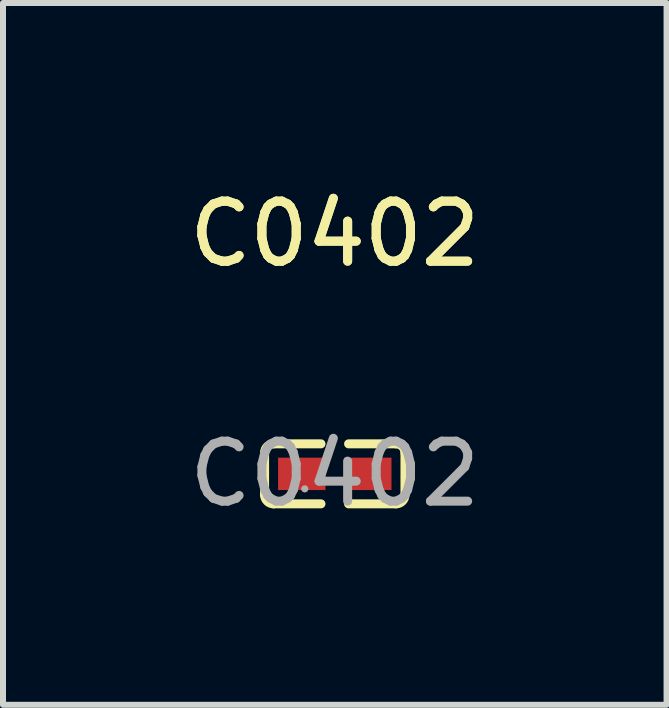
<source format=kicad_pcb>
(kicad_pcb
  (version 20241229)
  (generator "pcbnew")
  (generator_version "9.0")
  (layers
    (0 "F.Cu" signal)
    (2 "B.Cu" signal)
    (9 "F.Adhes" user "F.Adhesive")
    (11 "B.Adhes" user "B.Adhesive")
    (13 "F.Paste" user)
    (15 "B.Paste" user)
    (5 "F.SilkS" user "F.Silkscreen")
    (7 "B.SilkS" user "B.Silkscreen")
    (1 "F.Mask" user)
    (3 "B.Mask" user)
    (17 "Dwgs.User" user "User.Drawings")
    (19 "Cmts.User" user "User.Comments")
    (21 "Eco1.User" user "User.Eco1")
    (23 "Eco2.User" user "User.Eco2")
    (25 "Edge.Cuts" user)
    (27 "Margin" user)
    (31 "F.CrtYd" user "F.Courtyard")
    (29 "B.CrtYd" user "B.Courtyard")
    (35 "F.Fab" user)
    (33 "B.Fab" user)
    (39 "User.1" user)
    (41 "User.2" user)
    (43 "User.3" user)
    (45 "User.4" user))
  (footprint "C0402"
    (layer "F.Cu")
    (at 2.53 4.848)
    (property "Reference" "C0402" (at 0 -4 0) (layer "F.SilkS") (effects (font (size 1 1) (thickness 0.15))))
    (attr smd)
    (fp_line (start -1.17 0.35) (end -1.17 -0.35) (stroke (width 0.15) (type solid)) (layer "F.SilkS"))
    (fp_line (start -1.02 -0.5) (end -0.23 -0.5) (stroke (width 0.15) (type solid)) (layer "F.SilkS"))
    (fp_line (start -0.23 0.5) (end -1.02 0.5) (stroke (width 0.15) (type solid)) (layer "F.SilkS"))
    (fp_line (start 0.23 0.5) (end 1.02 0.5) (stroke (width 0.15) (type solid)) (layer "F.SilkS"))
    (fp_line (start 1.02 -0.5) (end 0.23 -0.5) (stroke (width 0.15) (type solid)) (layer "F.SilkS"))
    (fp_line (start 1.17 0.35) (end 1.17 -0.35) (stroke (width 0.15) (type solid)) (layer "F.SilkS"))
    (fp_arc (start -1.17 -0.35) (mid -1.126066 -0.456066) (end -1.02 -0.5) (stroke (width 0.15) (type solid)) (layer "F.SilkS"))
    (fp_arc (start -1.02 0.5) (mid -1.126066 0.456066) (end -1.17 0.35) (stroke (width 0.15) (type solid)) (layer "F.SilkS"))
    (fp_arc (start 1.02 -0.5) (mid 1.126066 -0.456066) (end 1.17 -0.35) (stroke (width 0.15) (type solid)) (layer "F.SilkS"))
    (fp_arc (start 1.17 0.35) (mid 1.126066 0.456066) (end 1.02 0.5) (stroke (width 0.15) (type solid)) (layer "F.SilkS"))
    (fp_circle (center -0.5 0.25) (end -0.47 0.25) (stroke (width 0.06) (type solid)) (fill no) (layer "F.Fab"))
    (fp_text user "${REFERENCE}" (at 0 -4 0) (layer "F.SilkS") (effects (font (size 1 1) (thickness 0.15))))
    (fp_text user "${REFERENCE}" (at 0 0 0) (layer "F.Fab") (effects (font (size 1 1) (thickness 0.15))))
    (pad "1" smd rect (at -0.55 0) (size 0.79 0.54) (layers "F.Cu" "F.Mask" "F.Paste"))
    (pad "2" smd rect (at 0.55 0) (size 0.79 0.54) (layers "F.Cu" "F.Mask" "F.Paste")))
  (gr_rect
    (start -3 -3)
    (end 8.06 8.697)
    (stroke (width 0.1) (type default))
    (fill no)
    (layer "Edge.Cuts")))
</source>
